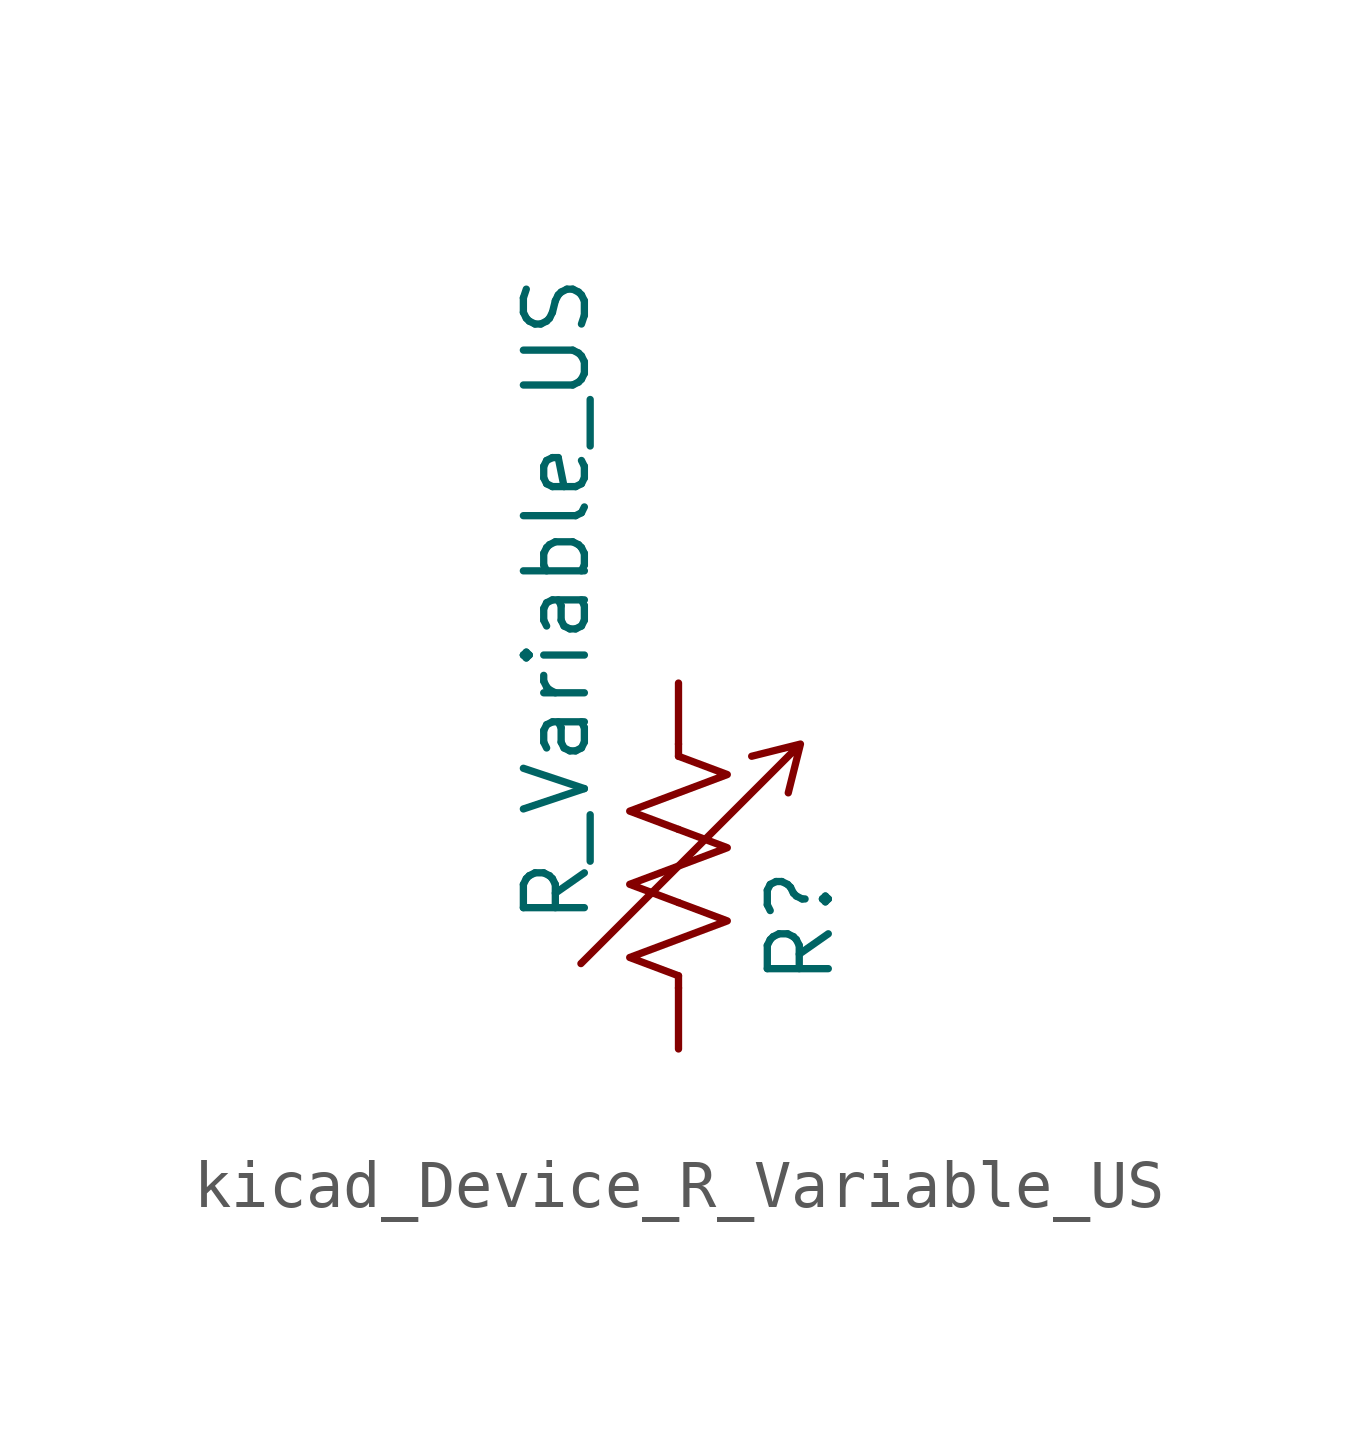
<source format=kicad_sym>
(kicad_symbol_lib
  (version 20220914)
  (generator kicad_symbol_editor)
  (symbol "kicad_Device_R_Variable_US"
    (pin_numbers hide)
    (pin_names
      (offset 0))
    (property "Reference" "R"
      (at 2.54 -2.54 90)
      (effects (font (size 1.27 1.27)) (justify left)))
    (property "Value" "R_Variable_US"
      (at -2.54 -1.27 90)
      (effects (font (size 1.27 1.27)) (justify left)))
    (symbol "kicad_Device_R_Variable_US_0_1"
      (polyline (pts (xy 0 -2.286) (xy 0 -2.54)) (stroke (width 0) (type default)) (fill (type none)))
      (polyline (pts (xy 0 2.286) (xy 0 2.54)) (stroke (width 0) (type default)) (fill (type none)))
      (polyline (pts (xy 0 -0.762) (xy 1.016 -1.143) (xy 0 -1.524) (xy -1.016 -1.905) (xy 0 -2.286)) (stroke (width 0) (type default)) (fill (type none)))
      (polyline (pts (xy 0 0.762) (xy 1.016 0.381) (xy 0 0) (xy -1.016 -0.381) (xy 0 -0.762)) (stroke (width 0) (type default)) (fill (type none)))
      (polyline (pts (xy 0 2.286) (xy 1.016 1.905) (xy 0 1.524) (xy -1.016 1.143) (xy 0 0.762)) (stroke (width 0.152) (type default)) (fill (type none)))
      (polyline (pts (xy 2.286 1.524) (xy 2.54 2.54) (xy 1.524 2.286) (xy 2.54 2.54) (xy -2.032 -2.032)) (stroke (width 0.152) (type default)) (fill (type none))))
    (symbol "kicad_Device_R_Variable_US_1_1"
      (pin passive line (at 0 3.81 270) (length 1.27) (name "~" (effects (font (size 1.27 1.27)))) (number "1" (effects (font (size 1.27 1.27)))))
      (pin passive line (at 0 -3.81 90) (length 1.27) (name "~" (effects (font (size 1.27 1.27)))) (number "2" (effects (font (size 1.27 1.27))))))))
</source>
